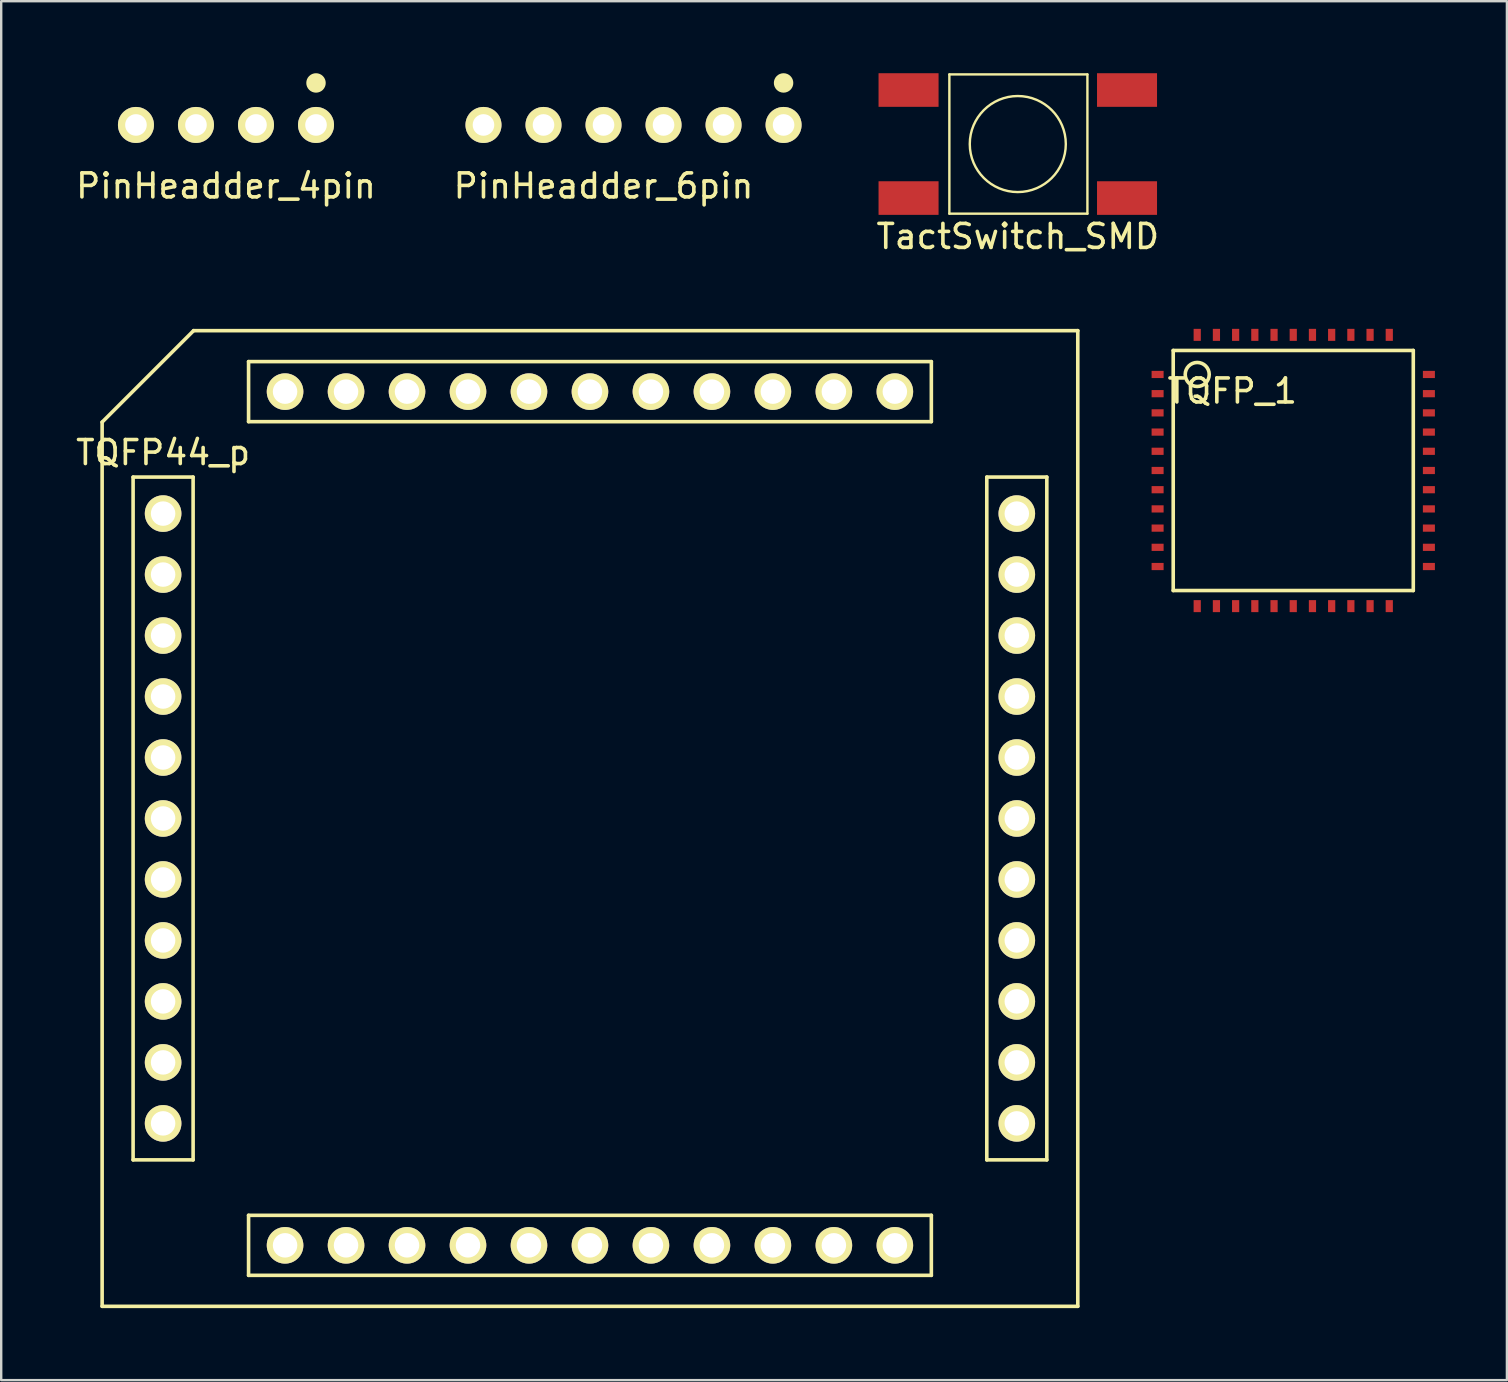
<source format=kicad_pcb>
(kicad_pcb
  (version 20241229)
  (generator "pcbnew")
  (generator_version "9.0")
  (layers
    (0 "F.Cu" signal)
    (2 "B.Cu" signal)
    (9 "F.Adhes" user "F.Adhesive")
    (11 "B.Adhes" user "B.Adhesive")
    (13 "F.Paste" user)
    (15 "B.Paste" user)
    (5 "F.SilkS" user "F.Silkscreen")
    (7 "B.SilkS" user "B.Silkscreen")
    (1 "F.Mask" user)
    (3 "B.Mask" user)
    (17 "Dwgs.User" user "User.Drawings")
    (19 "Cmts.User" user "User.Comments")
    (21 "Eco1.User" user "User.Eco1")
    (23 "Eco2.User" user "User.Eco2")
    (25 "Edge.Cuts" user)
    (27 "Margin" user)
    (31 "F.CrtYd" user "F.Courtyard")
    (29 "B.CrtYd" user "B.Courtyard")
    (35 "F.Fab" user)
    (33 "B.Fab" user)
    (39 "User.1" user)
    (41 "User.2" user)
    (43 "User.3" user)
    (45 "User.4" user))
  (footprint "PinHeadder_4pin"
    (layer "F.Cu")
    (at 6.363 2.155)
    (property "Reference" "PinHeadder_4pin" (at 0 2.54 0) (layer "F.SilkS") (effects (font (size 1 1) (thickness 0.15))))
    (attr through_hole)
    (fp_line (start 3.7 -1.8) (end 3.8 -1.7) (stroke (width 0.5) (type solid)) (layer "F.SilkS"))
    (fp_circle (center 3.75 -1.75) (end 3.8 -1.5) (stroke (width 0.3) (type solid)) (fill no) (layer "F.SilkS"))
    (pad "1" thru_hole circle (at 3.75 0) (size 1.5 1.5) (drill 0.9) (layers "*.Cu" "*.Mask" "F.SilkS"))
    (pad "2" thru_hole circle (at 1.25 0) (size 1.5 1.5) (drill 0.9) (layers "*.Cu" "*.Mask" "F.SilkS"))
    (pad "3" thru_hole circle (at -1.25 0) (size 1.5 1.5) (drill 0.9) (layers "*.Cu" "*.Mask" "F.SilkS"))
    (pad "4" thru_hole circle (at -3.75 0) (size 1.5 1.5) (drill 0.9) (layers "*.Cu" "*.Mask" "F.SilkS")))
  (footprint "TQFP44_p"
    (layer "F.Cu")
    (at 21.524 31.043)
    (property "Reference" "TQFP44_p" (at -17.78 -15.24 0) (layer "F.SilkS") (effects (font (size 1 1) (thickness 0.15))))
    (attr through_hole)
    (fp_line (start -20.32 -16.51) (end -16.51 -20.32) (stroke (width 0.15) (type solid)) (layer "F.SilkS"))
    (fp_line (start -20.32 20.32) (end -20.32 -16.51) (stroke (width 0.15) (type solid)) (layer "F.SilkS"))
    (fp_line (start -19.03 -14.22) (end -19.03 14.22) (stroke (width 0.15) (type solid)) (layer "F.SilkS"))
    (fp_line (start -19.03 14.22) (end -16.53 14.22) (stroke (width 0.15) (type solid)) (layer "F.SilkS"))
    (fp_line (start -16.53 -14.22) (end -19.03 -14.22) (stroke (width 0.15) (type solid)) (layer "F.SilkS"))
    (fp_line (start -16.53 14.22) (end -16.53 -14.22) (stroke (width 0.15) (type solid)) (layer "F.SilkS"))
    (fp_line (start -16.51 -20.32) (end 20.32 -20.32) (stroke (width 0.15) (type solid)) (layer "F.SilkS"))
    (fp_line (start -14.22 -19.03) (end -14.22 -16.53) (stroke (width 0.15) (type solid)) (layer "F.SilkS"))
    (fp_line (start -14.22 -16.53) (end 14.22 -16.53) (stroke (width 0.15) (type solid)) (layer "F.SilkS"))
    (fp_line (start -14.22 16.53) (end -14.22 19.03) (stroke (width 0.15) (type solid)) (layer "F.SilkS"))
    (fp_line (start -14.22 19.03) (end 14.22 19.03) (stroke (width 0.15) (type solid)) (layer "F.SilkS"))
    (fp_line (start 14.22 -19.03) (end -14.22 -19.03) (stroke (width 0.15) (type solid)) (layer "F.SilkS"))
    (fp_line (start 14.22 -16.53) (end 14.22 -19.03) (stroke (width 0.15) (type solid)) (layer "F.SilkS"))
    (fp_line (start 14.22 16.53) (end -14.22 16.53) (stroke (width 0.15) (type solid)) (layer "F.SilkS"))
    (fp_line (start 14.22 19.03) (end 14.22 16.53) (stroke (width 0.15) (type solid)) (layer "F.SilkS"))
    (fp_line (start 16.53 -14.22) (end 16.53 14.22) (stroke (width 0.15) (type solid)) (layer "F.SilkS"))
    (fp_line (start 16.53 14.22) (end 19.03 14.22) (stroke (width 0.15) (type solid)) (layer "F.SilkS"))
    (fp_line (start 19.03 -14.22) (end 16.53 -14.22) (stroke (width 0.15) (type solid)) (layer "F.SilkS"))
    (fp_line (start 19.03 14.22) (end 19.03 -14.22) (stroke (width 0.15) (type solid)) (layer "F.SilkS"))
    (fp_line (start 20.32 -20.32) (end 20.32 20.32) (stroke (width 0.15) (type solid)) (layer "F.SilkS"))
    (fp_line (start 20.32 20.32) (end -20.32 20.32) (stroke (width 0.15) (type solid)) (layer "F.SilkS"))
    (pad "1" thru_hole circle (at -17.78 -12.7) (size 1.524 1.524) (drill 1.02) (layers "*.Cu" "*.Mask" "F.SilkS"))
    (pad "2" thru_hole circle (at -17.78 -10.16) (size 1.524 1.524) (drill 1.02) (layers "*.Cu" "*.Mask" "F.SilkS"))
    (pad "3" thru_hole circle (at -17.78 -7.62) (size 1.524 1.524) (drill 1.02) (layers "*.Cu" "*.Mask" "F.SilkS"))
    (pad "4" thru_hole circle (at -17.78 -5.08) (size 1.524 1.524) (drill 1.02) (layers "*.Cu" "*.Mask" "F.SilkS"))
    (pad "5" thru_hole circle (at -17.78 -2.54) (size 1.524 1.524) (drill 1.02) (layers "*.Cu" "*.Mask" "F.SilkS"))
    (pad "6" thru_hole circle (at -17.78 0) (size 1.524 1.524) (drill 1.02) (layers "*.Cu" "*.Mask" "F.SilkS"))
    (pad "7" thru_hole circle (at -17.78 2.54) (size 1.524 1.524) (drill 1.02) (layers "*.Cu" "*.Mask" "F.SilkS"))
    (pad "8" thru_hole circle (at -17.78 5.08) (size 1.524 1.524) (drill 1.02) (layers "*.Cu" "*.Mask" "F.SilkS"))
    (pad "9" thru_hole circle (at -17.78 7.62) (size 1.524 1.524) (drill 1.02) (layers "*.Cu" "*.Mask" "F.SilkS"))
    (pad "10" thru_hole circle (at -17.78 10.16) (size 1.524 1.524) (drill 1.02) (layers "*.Cu" "*.Mask" "F.SilkS"))
    (pad "11" thru_hole circle (at -17.78 12.7) (size 1.524 1.524) (drill 1.02) (layers "*.Cu" "*.Mask" "F.SilkS"))
    (pad "12" thru_hole circle (at -12.7 17.78) (size 1.524 1.524) (drill 1.02) (layers "*.Cu" "*.Mask" "F.SilkS"))
    (pad "13" thru_hole circle (at -10.16 17.78) (size 1.524 1.524) (drill 1.02) (layers "*.Cu" "*.Mask" "F.SilkS"))
    (pad "14" thru_hole circle (at -7.62 17.78) (size 1.524 1.524) (drill 1.02) (layers "*.Cu" "*.Mask" "F.SilkS"))
    (pad "15" thru_hole circle (at -5.08 17.78) (size 1.524 1.524) (drill 1.02) (layers "*.Cu" "*.Mask" "F.SilkS"))
    (pad "16" thru_hole circle (at -2.54 17.78) (size 1.524 1.524) (drill 1.02) (layers "*.Cu" "*.Mask" "F.SilkS"))
    (pad "17" thru_hole circle (at 0 17.78) (size 1.524 1.524) (drill 1.02) (layers "*.Cu" "*.Mask" "F.SilkS"))
    (pad "18" thru_hole circle (at 2.54 17.78) (size 1.524 1.524) (drill 1.02) (layers "*.Cu" "*.Mask" "F.SilkS"))
    (pad "19" thru_hole circle (at 5.08 17.78) (size 1.524 1.524) (drill 1.02) (layers "*.Cu" "*.Mask" "F.SilkS"))
    (pad "20" thru_hole circle (at 7.62 17.78) (size 1.524 1.524) (drill 1.02) (layers "*.Cu" "*.Mask" "F.SilkS"))
    (pad "21" thru_hole circle (at 10.16 17.78) (size 1.524 1.524) (drill 1.02) (layers "*.Cu" "*.Mask" "F.SilkS"))
    (pad "22" thru_hole circle (at 12.7 17.78) (size 1.524 1.524) (drill 1.02) (layers "*.Cu" "*.Mask" "F.SilkS"))
    (pad "23" thru_hole circle (at 17.78 12.7) (size 1.524 1.524) (drill 1.02) (layers "*.Cu" "*.Mask" "F.SilkS"))
    (pad "24" thru_hole circle (at 17.78 10.16) (size 1.524 1.524) (drill 1.02) (layers "*.Cu" "*.Mask" "F.SilkS"))
    (pad "25" thru_hole circle (at 17.78 7.62) (size 1.524 1.524) (drill 1.02) (layers "*.Cu" "*.Mask" "F.SilkS"))
    (pad "26" thru_hole circle (at 17.78 5.08) (size 1.524 1.524) (drill 1.02) (layers "*.Cu" "*.Mask" "F.SilkS"))
    (pad "27" thru_hole circle (at 17.78 2.54) (size 1.524 1.524) (drill 1.02) (layers "*.Cu" "*.Mask" "F.SilkS"))
    (pad "28" thru_hole circle (at 17.78 0) (size 1.524 1.524) (drill 1.02) (layers "*.Cu" "*.Mask" "F.SilkS"))
    (pad "29" thru_hole circle (at 17.78 -2.54) (size 1.524 1.524) (drill 1.02) (layers "*.Cu" "*.Mask" "F.SilkS"))
    (pad "30" thru_hole circle (at 17.78 -5.08) (size 1.524 1.524) (drill 1.02) (layers "*.Cu" "*.Mask" "F.SilkS"))
    (pad "31" thru_hole circle (at 17.78 -7.62) (size 1.524 1.524) (drill 1.02) (layers "*.Cu" "*.Mask" "F.SilkS"))
    (pad "32" thru_hole circle (at 17.78 -10.16) (size 1.524 1.524) (drill 1.02) (layers "*.Cu" "*.Mask" "F.SilkS"))
    (pad "33" thru_hole circle (at 17.78 -12.7) (size 1.524 1.524) (drill 1.02) (layers "*.Cu" "*.Mask" "F.SilkS"))
    (pad "34" thru_hole circle (at 12.7 -17.78) (size 1.524 1.524) (drill 1.02) (layers "*.Cu" "*.Mask" "F.SilkS"))
    (pad "35" thru_hole circle (at 10.16 -17.78) (size 1.524 1.524) (drill 1.02) (layers "*.Cu" "*.Mask" "F.SilkS"))
    (pad "36" thru_hole circle (at 7.62 -17.78) (size 1.524 1.524) (drill 1.02) (layers "*.Cu" "*.Mask" "F.SilkS"))
    (pad "37" thru_hole circle (at 5.08 -17.78) (size 1.524 1.524) (drill 1.02) (layers "*.Cu" "*.Mask" "F.SilkS"))
    (pad "38" thru_hole circle (at 2.54 -17.78) (size 1.524 1.524) (drill 1.02) (layers "*.Cu" "*.Mask" "F.SilkS"))
    (pad "39" thru_hole circle (at 0 -17.78) (size 1.524 1.524) (drill 1.02) (layers "*.Cu" "*.Mask" "F.SilkS"))
    (pad "40" thru_hole circle (at -2.54 -17.78) (size 1.524 1.524) (drill 1.02) (layers "*.Cu" "*.Mask" "F.SilkS"))
    (pad "41" thru_hole circle (at -5.08 -17.78) (size 1.524 1.524) (drill 1.02) (layers "*.Cu" "*.Mask" "F.SilkS"))
    (pad "42" thru_hole circle (at -7.62 -17.78) (size 1.524 1.524) (drill 1.02) (layers "*.Cu" "*.Mask" "F.SilkS"))
    (pad "43" thru_hole circle (at -10.16 -17.78) (size 1.524 1.524) (drill 1.02) (layers "*.Cu" "*.Mask" "F.SilkS"))
    (pad "44" thru_hole circle (at -12.7 -17.78) (size 1.524 1.524) (drill 1.02) (layers "*.Cu" "*.Mask" "F.SilkS")))
  (footprint "TactSwitch_SMD"
    (layer "F.Cu")
    (at 39.345 2.95)
    (property "Reference" "TactSwitch_SMD" (at 0 3.85 0) (layer "F.SilkS") (effects (font (size 1 1) (thickness 0.15))))
    (attr through_hole)
    (fp_line (start -2.85 -2.9) (end -2.85 2.9) (stroke (width 0.1) (type solid)) (layer "F.SilkS"))
    (fp_line (start -2.85 2.9) (end 2.9 2.9) (stroke (width 0.1) (type solid)) (layer "F.SilkS"))
    (fp_line (start 2.9 -2.9) (end -2.85 -2.9) (stroke (width 0.1) (type solid)) (layer "F.SilkS"))
    (fp_line (start 2.9 2.9) (end 2.9 -2.9) (stroke (width 0.1) (type solid)) (layer "F.SilkS"))
    (fp_circle (center 0 0) (end 0 -2) (stroke (width 0.1) (type solid)) (fill no) (layer "F.SilkS"))
    (pad "1" smd rect (at -4.55 -2.25) (size 2.5 1.4) (layers "F.Cu" "F.Mask" "F.Paste"))
    (pad "1" smd rect (at 4.55 -2.25) (size 2.5 1.4) (layers "F.Cu" "F.Mask" "F.Paste"))
    (pad "2" smd rect (at -4.55 2.25) (size 2.5 1.4) (layers "F.Cu" "F.Mask" "F.Paste"))
    (pad "2" smd rect (at 4.55 2.25) (size 2.5 1.4) (layers "F.Cu" "F.Mask" "F.Paste")))
  (footprint "PinHeadder_6pin"
    (layer "F.Cu")
    (at 23.339 2.155)
    (property "Reference" "PinHeadder_6pin" (at -1.25 2.54 0) (layer "F.SilkS") (effects (font (size 1 1) (thickness 0.15))))
    (attr through_hole)
    (fp_line (start 6.2 -1.8) (end 6.3 -1.7) (stroke (width 0.5) (type solid)) (layer "F.SilkS"))
    (fp_circle (center 6.25 -1.75) (end 6.3 -1.5) (stroke (width 0.3) (type solid)) (fill no) (layer "F.SilkS"))
    (pad "1" thru_hole circle (at 6.25 0) (size 1.5 1.5) (drill 0.9) (layers "*.Cu" "*.Mask" "F.SilkS"))
    (pad "2" thru_hole circle (at 3.75 0) (size 1.5 1.5) (drill 0.9) (layers "*.Cu" "*.Mask" "F.SilkS"))
    (pad "3" thru_hole circle (at 1.25 0) (size 1.5 1.5) (drill 0.9) (layers "*.Cu" "*.Mask" "F.SilkS"))
    (pad "4" thru_hole circle (at -1.25 0) (size 1.5 1.5) (drill 0.9) (layers "*.Cu" "*.Mask" "F.SilkS"))
    (pad "5" thru_hole circle (at -3.75 0) (size 1.5 1.5) (drill 0.9) (layers "*.Cu" "*.Mask" "F.SilkS"))
    (pad "6" thru_hole circle (at -6.25 0) (size 1.5 1.5) (drill 0.9) (layers "*.Cu" "*.Mask" "F.SilkS")))
  (footprint "TQFP_1"
    (layer "F.Cu")
    (at 50.819 16.548)
    (property "Reference" "TQFP_1" (at -2.54 -3.31 0) (layer "F.SilkS") (effects (font (size 1 1) (thickness 0.15))))
    (attr through_hole)
    (fp_line (start -5 -5) (end 5 -5) (stroke (width 0.15) (type solid)) (layer "F.SilkS"))
    (fp_line (start -5 5) (end -5 -5) (stroke (width 0.15) (type solid)) (layer "F.SilkS"))
    (fp_line (start 5 -5) (end 5 5) (stroke (width 0.15) (type solid)) (layer "F.SilkS"))
    (fp_line (start 5 5) (end -5 5) (stroke (width 0.15) (type solid)) (layer "F.SilkS"))
    (fp_circle (center -4 -4) (end -3.5 -4) (stroke (width 0.15) (type solid)) (fill no) (layer "F.SilkS"))
    (pad "1" smd rect (at -5.65 -4) (size 0.5 0.3) (layers "F.Cu" "F.Mask" "F.Paste"))
    (pad "2" smd rect (at -5.65 -3.2) (size 0.5 0.3) (layers "F.Cu" "F.Mask" "F.Paste"))
    (pad "3" smd rect (at -5.65 -2.4) (size 0.5 0.3) (layers "F.Cu" "F.Mask" "F.Paste"))
    (pad "4" smd rect (at -5.65 -1.6) (size 0.5 0.3) (layers "F.Cu" "F.Mask" "F.Paste"))
    (pad "5" smd rect (at -5.65 -0.8) (size 0.5 0.3) (layers "F.Cu" "F.Mask" "F.Paste"))
    (pad "6" smd rect (at -5.65 0) (size 0.5 0.3) (layers "F.Cu" "F.Mask" "F.Paste"))
    (pad "7" smd rect (at -5.65 0.8) (size 0.5 0.3) (layers "F.Cu" "F.Mask" "F.Paste"))
    (pad "8" smd rect (at -5.65 1.6) (size 0.5 0.3) (layers "F.Cu" "F.Mask" "F.Paste"))
    (pad "9" smd rect (at -5.65 2.4) (size 0.5 0.3) (layers "F.Cu" "F.Mask" "F.Paste"))
    (pad "10" smd rect (at -5.65 3.2) (size 0.5 0.3) (layers "F.Cu" "F.Mask" "F.Paste"))
    (pad "11" smd rect (at -5.65 4) (size 0.5 0.3) (layers "F.Cu" "F.Mask" "F.Paste"))
    (pad "12" smd rect (at -4 5.65) (size 0.3 0.5) (layers "F.Cu" "F.Mask" "F.Paste"))
    (pad "13" smd rect (at -3.2 5.65) (size 0.3 0.5) (layers "F.Cu" "F.Mask" "F.Paste"))
    (pad "14" smd rect (at -2.4 5.65) (size 0.3 0.5) (layers "F.Cu" "F.Mask" "F.Paste"))
    (pad "15" smd rect (at -1.6 5.65) (size 0.3 0.5) (layers "F.Cu" "F.Mask" "F.Paste"))
    (pad "16" smd rect (at -0.8 5.65) (size 0.3 0.5) (layers "F.Cu" "F.Mask" "F.Paste"))
    (pad "17" smd rect (at 0 5.65) (size 0.3 0.5) (layers "F.Cu" "F.Mask" "F.Paste"))
    (pad "18" smd rect (at 0.8 5.65) (size 0.3 0.5) (layers "F.Cu" "F.Mask" "F.Paste"))
    (pad "19" smd rect (at 1.6 5.65) (size 0.3 0.5) (layers "F.Cu" "F.Mask" "F.Paste"))
    (pad "20" smd rect (at 2.4 5.65) (size 0.3 0.5) (layers "F.Cu" "F.Mask" "F.Paste"))
    (pad "21" smd rect (at 3.2 5.65) (size 0.3 0.5) (layers "F.Cu" "F.Mask" "F.Paste"))
    (pad "22" smd rect (at 4 5.65) (size 0.3 0.5) (layers "F.Cu" "F.Mask" "F.Paste"))
    (pad "23" smd rect (at 5.65 4) (size 0.5 0.3) (layers "F.Cu" "F.Mask" "F.Paste"))
    (pad "24" smd rect (at 5.65 3.2) (size 0.5 0.3) (layers "F.Cu" "F.Mask" "F.Paste"))
    (pad "25" smd rect (at 5.65 2.4) (size 0.5 0.3) (layers "F.Cu" "F.Mask" "F.Paste"))
    (pad "26" smd rect (at 5.65 1.6) (size 0.5 0.3) (layers "F.Cu" "F.Mask" "F.Paste"))
    (pad "27" smd rect (at 5.65 0.8) (size 0.5 0.3) (layers "F.Cu" "F.Mask" "F.Paste"))
    (pad "28" smd rect (at 5.65 0) (size 0.5 0.3) (layers "F.Cu" "F.Mask" "F.Paste"))
    (pad "29" smd rect (at 5.65 -0.8) (size 0.5 0.3) (layers "F.Cu" "F.Mask" "F.Paste"))
    (pad "30" smd rect (at 5.65 -1.6) (size 0.5 0.3) (layers "F.Cu" "F.Mask" "F.Paste"))
    (pad "31" smd rect (at 5.65 -2.4) (size 0.5 0.3) (layers "F.Cu" "F.Mask" "F.Paste"))
    (pad "32" smd rect (at 5.65 -3.2) (size 0.5 0.3) (layers "F.Cu" "F.Mask" "F.Paste"))
    (pad "33" smd rect (at 5.65 -4) (size 0.5 0.3) (layers "F.Cu" "F.Mask" "F.Paste"))
    (pad "34" smd rect (at 4 -5.65) (size 0.3 0.5) (layers "F.Cu" "F.Mask" "F.Paste"))
    (pad "35" smd rect (at 3.2 -5.65) (size 0.3 0.5) (layers "F.Cu" "F.Mask" "F.Paste"))
    (pad "36" smd rect (at 2.4 -5.65) (size 0.3 0.5) (layers "F.Cu" "F.Mask" "F.Paste"))
    (pad "37" smd rect (at 1.6 -5.65) (size 0.3 0.5) (layers "F.Cu" "F.Mask" "F.Paste"))
    (pad "38" smd rect (at 0.8 -5.65) (size 0.3 0.5) (layers "F.Cu" "F.Mask" "F.Paste"))
    (pad "39" smd rect (at 0 -5.65) (size 0.3 0.5) (layers "F.Cu" "F.Mask" "F.Paste"))
    (pad "40" smd rect (at -0.8 -5.65) (size 0.3 0.5) (layers "F.Cu" "F.Mask" "F.Paste"))
    (pad "41" smd rect (at -1.6 -5.65) (size 0.3 0.5) (layers "F.Cu" "F.Mask" "F.Paste"))
    (pad "42" smd rect (at -2.4 -5.65) (size 0.3 0.5) (layers "F.Cu" "F.Mask" "F.Paste"))
    (pad "43" smd rect (at -3.2 -5.65) (size 0.3 0.5) (layers "F.Cu" "F.Mask" "F.Paste"))
    (pad "44" smd rect (at -4 -5.65) (size 0.3 0.5) (layers "F.Cu" "F.Mask" "F.Paste")))
  (gr_rect
    (start -3 -3)
    (end 59.719 54.438)
    (stroke (width 0.1) (type default))
    (fill no)
    (layer "Edge.Cuts")))
</source>
